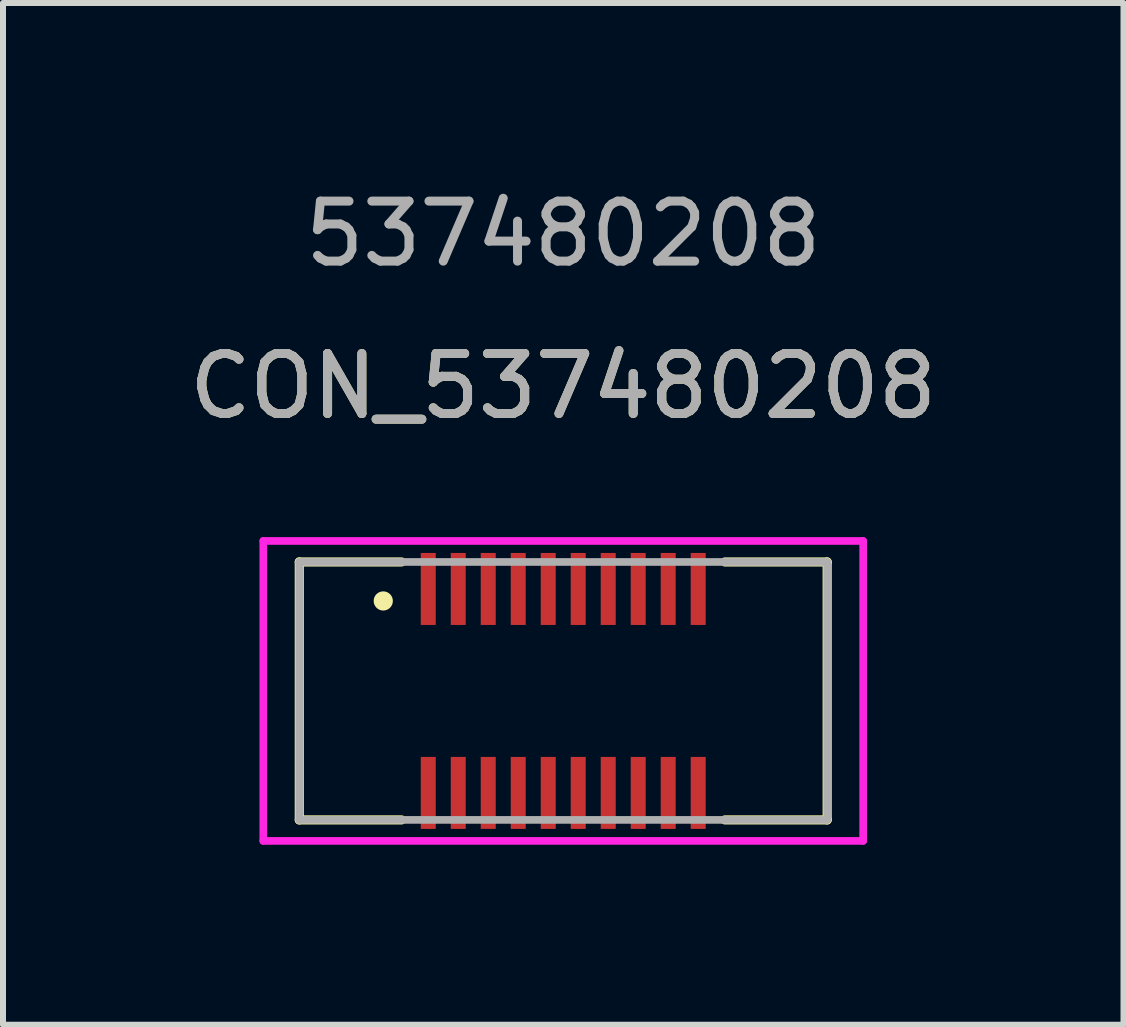
<source format=kicad_pcb>
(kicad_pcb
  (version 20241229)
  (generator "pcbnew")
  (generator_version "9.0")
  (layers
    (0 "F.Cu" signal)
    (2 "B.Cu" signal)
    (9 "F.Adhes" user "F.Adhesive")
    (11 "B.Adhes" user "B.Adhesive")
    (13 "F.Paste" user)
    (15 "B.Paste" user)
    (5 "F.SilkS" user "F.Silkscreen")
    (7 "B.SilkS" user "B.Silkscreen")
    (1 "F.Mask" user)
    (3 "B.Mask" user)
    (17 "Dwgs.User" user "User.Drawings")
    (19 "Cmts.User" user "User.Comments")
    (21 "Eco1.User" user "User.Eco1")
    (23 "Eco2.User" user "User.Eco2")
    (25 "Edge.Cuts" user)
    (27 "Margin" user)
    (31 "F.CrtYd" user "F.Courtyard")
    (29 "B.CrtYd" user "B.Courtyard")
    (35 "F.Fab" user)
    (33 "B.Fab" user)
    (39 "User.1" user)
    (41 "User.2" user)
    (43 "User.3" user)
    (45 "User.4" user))
  (footprint "CON_537480208"
    (layer "F.Cu")
    (at 6.339 8.468)
    (property "Reference" "CON_537480208" (at 0 -5.08 0) (unlocked yes) (layer "F.SilkS") (effects (font (size 1 1) (thickness 0.15))))
    (attr smd)
    (fp_line (start -4.4 -2.15) (end -4.4 2.15) (stroke (width 0.152) (type solid)) (layer "F.SilkS"))
    (fp_line (start -4.4 2.15) (end -2.695 2.15) (stroke (width 0.152) (type solid)) (layer "F.SilkS"))
    (fp_line (start -2.695 -2.15) (end -4.4 -2.15) (stroke (width 0.152) (type solid)) (layer "F.SilkS"))
    (fp_line (start 2.695 2.15) (end 4.4 2.15) (stroke (width 0.152) (type solid)) (layer "F.SilkS"))
    (fp_line (start 4.4 -2.15) (end 2.695 -2.15) (stroke (width 0.152) (type solid)) (layer "F.SilkS"))
    (fp_line (start 4.4 2.15) (end 4.4 -2.15) (stroke (width 0.152) (type solid)) (layer "F.SilkS"))
    (fp_circle (center -3 -1.5) (end -2.9 -1.5) (stroke (width 0.12) (type solid)) (fill yes) (layer "F.SilkS"))
    (fp_line (start -5 -2.5) (end -5 2.5) (stroke (width 0.127) (type solid)) (layer "F.CrtYd"))
    (fp_line (start -5 2.5) (end 5 2.5) (stroke (width 0.127) (type solid)) (layer "F.CrtYd"))
    (fp_line (start 5 -2.5) (end -5 -2.5) (stroke (width 0.127) (type solid)) (layer "F.CrtYd"))
    (fp_line (start 5 2.5) (end 5 -2.5) (stroke (width 0.127) (type solid)) (layer "F.CrtYd"))
    (fp_line (start -4.4 -2.15) (end -4.4 2.15) (stroke (width 0.127) (type solid)) (layer "F.Fab"))
    (fp_line (start -4.4 2.15) (end 4.4 2.15) (stroke (width 0.127) (type solid)) (layer "F.Fab"))
    (fp_line (start 4.4 -2.15) (end -4.4 -2.15) (stroke (width 0.127) (type solid)) (layer "F.Fab"))
    (fp_line (start 4.4 2.15) (end 4.4 -2.15) (stroke (width 0.127) (type solid)) (layer "F.Fab"))
    (fp_text user "537480208" (at 0 -7.62 0) (unlocked yes) (layer "F.Fab") (effects (font (size 1 1) (thickness 0.15))))
    (fp_text user "${REFERENCE}" (at 0 -5.08 0) (unlocked yes) (layer "F.Fab") (effects (font (size 1 1) (thickness 0.15))))
    (pad "1" smd rect (at -2.25 -1.7) (size 0.25 1.2) (layers "F.Cu" "F.Mask" "F.Paste"))
    (pad "2" smd rect (at -1.75 -1.7) (size 0.25 1.2) (layers "F.Cu" "F.Mask" "F.Paste"))
    (pad "3" smd rect (at -1.25 -1.7) (size 0.25 1.2) (layers "F.Cu" "F.Mask" "F.Paste"))
    (pad "4" smd rect (at -0.75 -1.7) (size 0.25 1.2) (layers "F.Cu" "F.Mask" "F.Paste"))
    (pad "5" smd rect (at -0.25 -1.7) (size 0.25 1.2) (layers "F.Cu" "F.Mask" "F.Paste"))
    (pad "6" smd rect (at 0.25 -1.7) (size 0.25 1.2) (layers "F.Cu" "F.Mask" "F.Paste"))
    (pad "7" smd rect (at 0.75 -1.7) (size 0.25 1.2) (layers "F.Cu" "F.Mask" "F.Paste"))
    (pad "8" smd rect (at 1.25 -1.7) (size 0.25 1.2) (layers "F.Cu" "F.Mask" "F.Paste"))
    (pad "9" smd rect (at 1.75 -1.7) (size 0.25 1.2) (layers "F.Cu" "F.Mask" "F.Paste"))
    (pad "10" smd rect (at 2.25 -1.7) (size 0.25 1.2) (layers "F.Cu" "F.Mask" "F.Paste"))
    (pad "11" smd rect (at -2.25 1.7) (size 0.25 1.2) (layers "F.Cu" "F.Mask" "F.Paste"))
    (pad "12" smd rect (at -1.75 1.7) (size 0.25 1.2) (layers "F.Cu" "F.Mask" "F.Paste"))
    (pad "13" smd rect (at -1.25 1.7) (size 0.25 1.2) (layers "F.Cu" "F.Mask" "F.Paste"))
    (pad "14" smd rect (at -0.75 1.7) (size 0.25 1.2) (layers "F.Cu" "F.Mask" "F.Paste"))
    (pad "15" smd rect (at -0.25 1.7) (size 0.25 1.2) (layers "F.Cu" "F.Mask" "F.Paste"))
    (pad "16" smd rect (at 0.25 1.7) (size 0.25 1.2) (layers "F.Cu" "F.Mask" "F.Paste"))
    (pad "17" smd rect (at 0.75 1.7) (size 0.25 1.2) (layers "F.Cu" "F.Mask" "F.Paste"))
    (pad "18" smd rect (at 1.25 1.7) (size 0.25 1.2) (layers "F.Cu" "F.Mask" "F.Paste"))
    (pad "19" smd rect (at 1.75 1.7) (size 0.25 1.2) (layers "F.Cu" "F.Mask" "F.Paste"))
    (pad "20" smd rect (at 2.25 1.7) (size 0.25 1.2) (layers "F.Cu" "F.Mask" "F.Paste")))
  (gr_rect
    (start -3 -3)
    (end 15.679 14.032)
    (stroke (width 0.1) (type default))
    (fill no)
    (layer "Edge.Cuts")))
</source>
